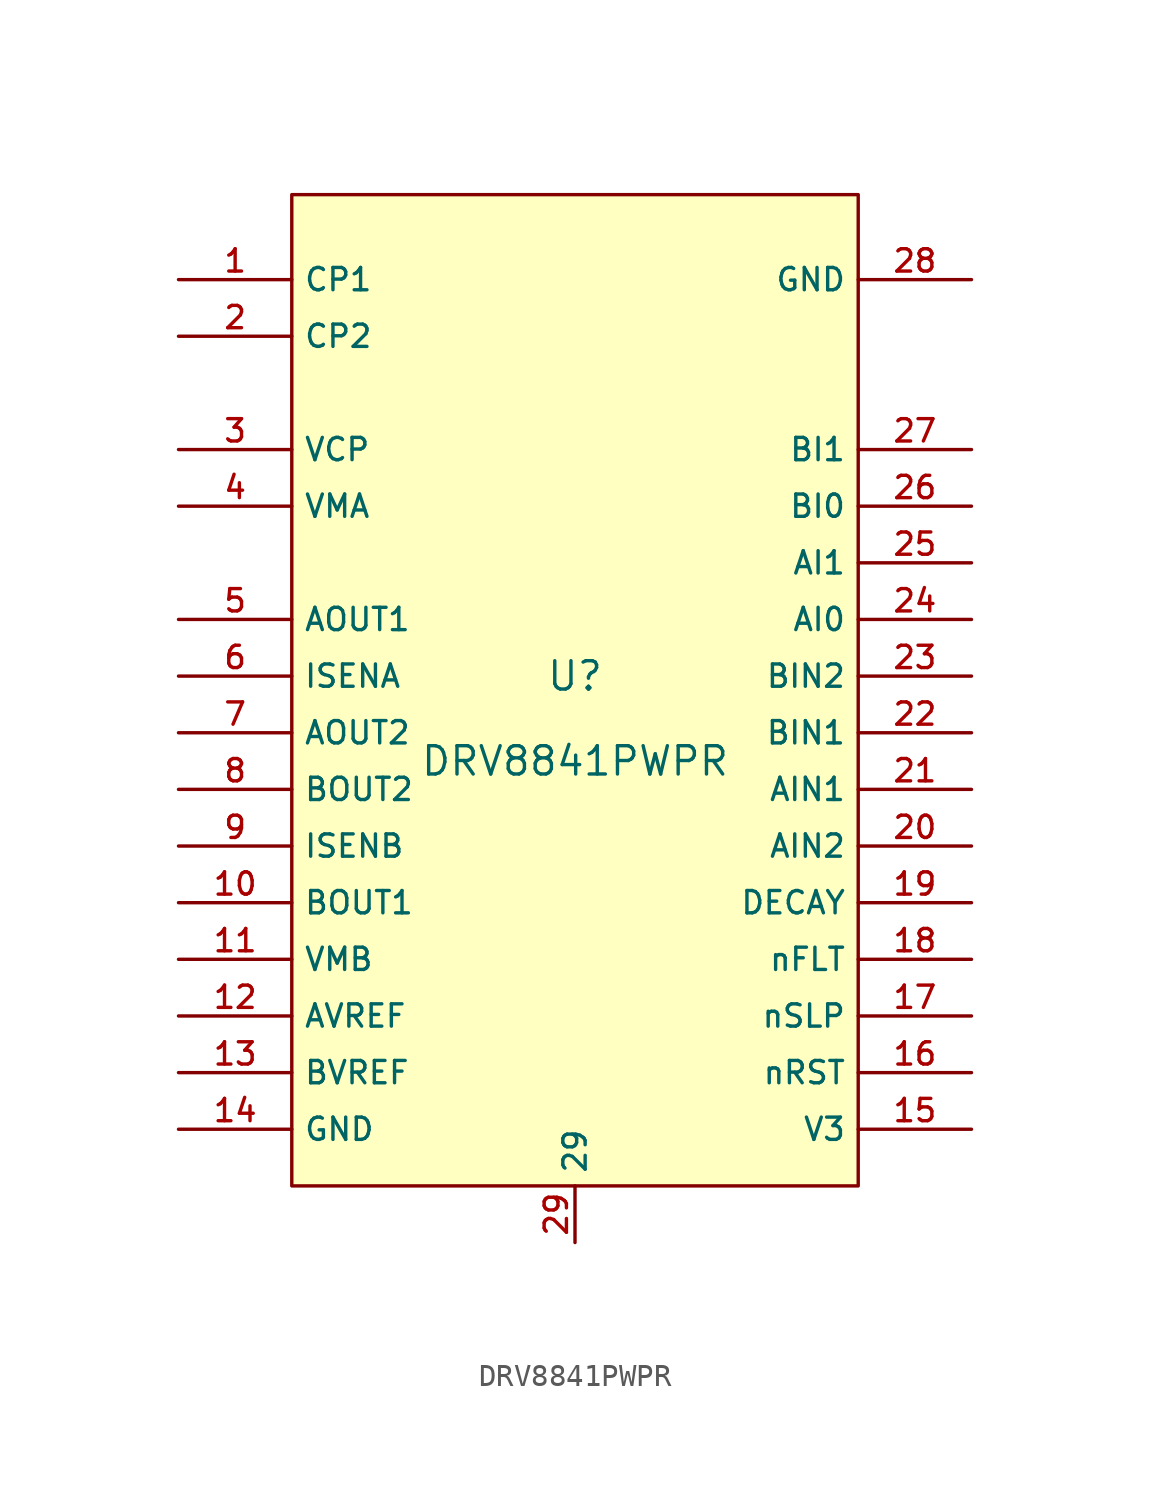
<source format=kicad_sym>
(kicad_symbol_lib
  (version 20210201)
  (generator TousstNicolas/JLC2KiCad_lib)
  (symbol "DRV8841PWPR"
    (property "Reference" "U"
      (at 0 1.27 0)
      (effects (font (size 1.27 1.27))))
    (property "Value" "DRV8841PWPR"
      (at 0 -2.54 0)
      (effects (font (size 1.27 1.27))))
    (symbol "DRV8841PWPR_0_1"
      (rectangle (start -12.7 22.86) (end 12.7 -21.59) (stroke (width 0) (type default) (color 0 0 0 0)) (fill (type background)))
      (pin unspecified line (at -17.78 19.05 0) (length 5.08) (name "CP1" (effects (font (size 1 1)))) (number "1" (effects (font (size 1 1)))))
      (pin unspecified line (at -17.78 8.89 0) (length 5.08) (name "VMA" (effects (font (size 1 1)))) (number "4" (effects (font (size 1 1)))))
      (pin unspecified line (at -17.78 16.51 0) (length 5.08) (name "CP2" (effects (font (size 1 1)))) (number "2" (effects (font (size 1 1)))))
      (pin unspecified line (at -17.78 11.43 0) (length 5.08) (name "VCP" (effects (font (size 1 1)))) (number "3" (effects (font (size 1 1)))))
      (pin unspecified line (at -17.78 -3.81 0) (length 5.08) (name "BOUT2" (effects (font (size 1 1)))) (number "8" (effects (font (size 1 1)))))
      (pin unspecified line (at -17.78 -19.05 0) (length 5.08) (name "GND" (effects (font (size 1 1)))) (number "14" (effects (font (size 1 1)))))
      (pin unspecified line (at 17.78 -19.05 180) (length 5.08) (name "V3" (effects (font (size 1 1)))) (number "15" (effects (font (size 1 1)))))
      (pin output line (at -17.78 -11.43 0) (length 5.08) (name "VMB" (effects (font (size 1 1)))) (number "11" (effects (font (size 1 1)))))
      (pin output line (at -17.78 -16.51 0) (length 5.08) (name "BVREF" (effects (font (size 1 1)))) (number "13" (effects (font (size 1 1)))))
      (pin output line (at 17.78 -16.51 180) (length 5.08) (name "nRST" (effects (font (size 1 1)))) (number "16" (effects (font (size 1 1)))))
      (pin output line (at 17.78 -13.97 180) (length 5.08) (name "nSLP" (effects (font (size 1 1)))) (number "17" (effects (font (size 1 1)))))
      (pin unspecified line (at 17.78 -11.43 180) (length 5.08) (name "nFLT" (effects (font (size 1 1)))) (number "18" (effects (font (size 1 1)))))
      (pin output line (at 17.78 -8.89 180) (length 5.08) (name "DECAY" (effects (font (size 1 1)))) (number "19" (effects (font (size 1 1)))))
      (pin output line (at 17.78 -6.35 180) (length 5.08) (name "AIN2" (effects (font (size 1 1)))) (number "20" (effects (font (size 1 1)))))
      (pin power_in line (at -17.78 -6.35 0) (length 5.08) (name "ISENB" (effects (font (size 1 1)))) (number "9" (effects (font (size 1 1)))))
      (pin power_in line (at -17.78 -8.89 0) (length 5.08) (name "BOUT1" (effects (font (size 1 1)))) (number "10" (effects (font (size 1 1)))))
      (pin unspecified line (at -17.78 3.81 0) (length 5.08) (name "AOUT1" (effects (font (size 1 1)))) (number "5" (effects (font (size 1 1)))))
      (pin unspecified line (at -17.78 1.27 0) (length 5.08) (name "ISENA" (effects (font (size 1 1)))) (number "6" (effects (font (size 1 1)))))
      (pin unspecified line (at -17.78 -1.27 0) (length 5.08) (name "AOUT2" (effects (font (size 1 1)))) (number "7" (effects (font (size 1 1)))))
      (pin unspecified line (at -17.78 -13.97 0) (length 5.08) (name "AVREF" (effects (font (size 1 1)))) (number "12" (effects (font (size 1 1)))))
      (pin unspecified line (at 17.78 -3.81 180) (length 5.08) (name "AIN1" (effects (font (size 1 1)))) (number "21" (effects (font (size 1 1)))))
      (pin unspecified line (at 17.78 -1.27 180) (length 5.08) (name "BIN1" (effects (font (size 1 1)))) (number "22" (effects (font (size 1 1)))))
      (pin unspecified line (at 17.78 1.27 180) (length 5.08) (name "BIN2" (effects (font (size 1 1)))) (number "23" (effects (font (size 1 1)))))
      (pin unspecified line (at 17.78 3.81 180) (length 5.08) (name "AI0" (effects (font (size 1 1)))) (number "24" (effects (font (size 1 1)))))
      (pin unspecified line (at 17.78 6.35 180) (length 5.08) (name "AI1" (effects (font (size 1 1)))) (number "25" (effects (font (size 1 1)))))
      (pin unspecified line (at 17.78 8.89 180) (length 5.08) (name "BI0" (effects (font (size 1 1)))) (number "26" (effects (font (size 1 1)))))
      (pin unspecified line (at 17.78 11.43 180) (length 5.08) (name "BI1" (effects (font (size 1 1)))) (number "27" (effects (font (size 1 1)))))
      (pin unspecified line (at 17.78 19.05 180) (length 5.08) (name "GND" (effects (font (size 1 1)))) (number "28" (effects (font (size 1 1)))))
      (pin unspecified line (at 0.0 -24.13 90) (length 2.54) (name "29" (effects (font (size 1 1)))) (number "29" (effects (font (size 1 1))))))))
</source>
